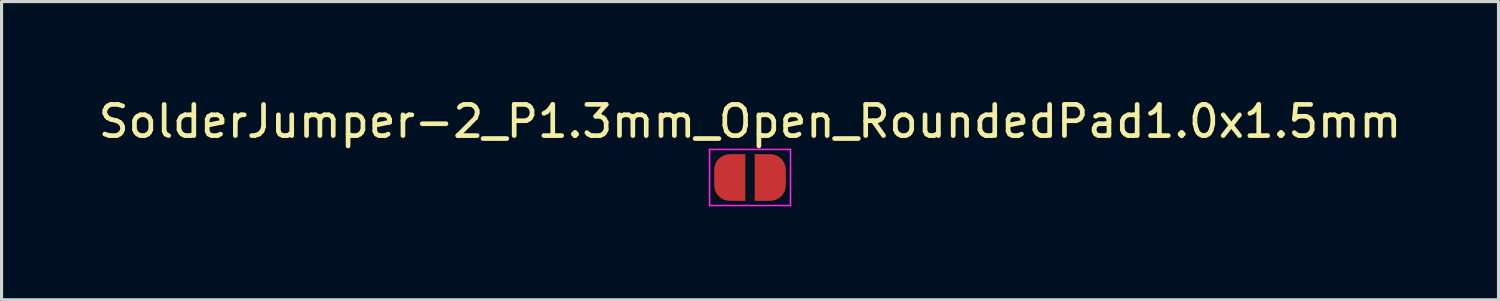
<source format=kicad_pcb>
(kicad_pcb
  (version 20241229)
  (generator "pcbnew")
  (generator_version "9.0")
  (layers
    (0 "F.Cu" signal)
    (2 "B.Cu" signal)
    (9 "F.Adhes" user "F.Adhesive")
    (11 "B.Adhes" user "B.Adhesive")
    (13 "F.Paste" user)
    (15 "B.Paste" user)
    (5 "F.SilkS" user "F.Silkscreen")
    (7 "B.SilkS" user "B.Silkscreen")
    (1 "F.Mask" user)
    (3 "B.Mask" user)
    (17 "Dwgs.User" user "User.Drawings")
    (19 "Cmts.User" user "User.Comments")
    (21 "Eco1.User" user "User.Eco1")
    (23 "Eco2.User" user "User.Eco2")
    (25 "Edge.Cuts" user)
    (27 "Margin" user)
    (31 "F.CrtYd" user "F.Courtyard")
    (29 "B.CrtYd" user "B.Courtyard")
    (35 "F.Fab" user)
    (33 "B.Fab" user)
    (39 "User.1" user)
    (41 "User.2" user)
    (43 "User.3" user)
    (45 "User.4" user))
  (footprint "SolderJumper-2_P1.3mm_Open_RoundedPad1.0x1.5mm"
    (layer "F.Cu")
    (at 21.03 2.648)
    (property "Reference" "SolderJumper-2_P1.3mm_Open_RoundedPad1.0x1.5mm" (at 0 -1.8 0) (layer "F.SilkS") (effects (font (size 1 1) (thickness 0.15))))
    (attr exclude_from_pos_files exclude_from_bom)
    (fp_line (start -1.3 -0.9) (end -1.3 0.9) (stroke (width 0.05) (type solid)) (layer "F.CrtYd"))
    (fp_line (start -1.3 -0.9) (end 1.3 -0.9) (stroke (width 0.05) (type solid)) (layer "F.CrtYd"))
    (fp_line (start 1.3 0.9) (end -1.3 0.9) (stroke (width 0.05) (type solid)) (layer "F.CrtYd"))
    (fp_line (start 1.3 0.9) (end 1.3 -0.9) (stroke (width 0.05) (type solid)) (layer "F.CrtYd"))
    (pad "1" smd custom (at -0.65 0) (size 1 0.5) (layers "F.Cu" "F.Mask") (options (anchor rect)) (primitives (gr_circle (center 0 0.25) (end 0.5 0.25) (width 0) (fill yes)) (gr_circle (center 0 -0.25) (end 0.5 -0.25) (width 0) (fill yes)) (gr_poly (pts (xy 0.5 0.75) (xy 0 0.75) (xy 0 -0.75) (xy 0.5 -0.75)) (width 0) (fill yes))))
    (pad "2" smd custom (at 0.65 0) (size 1 0.5) (layers "F.Cu" "F.Mask") (options (anchor rect)) (primitives (gr_circle (center 0 0.25) (end 0.5 0.25) (width 0) (fill yes)) (gr_circle (center 0 -0.25) (end 0.5 -0.25) (width 0) (fill yes)) (gr_poly (pts (xy 0 0.75) (xy -0.5 0.75) (xy -0.5 -0.75) (xy 0 -0.75)) (width 0) (fill yes)))))
  (gr_rect
    (start -3 -3)
    (end 45.06 6.573)
    (stroke (width 0.1) (type default))
    (fill no)
    (layer "Edge.Cuts")))
</source>
